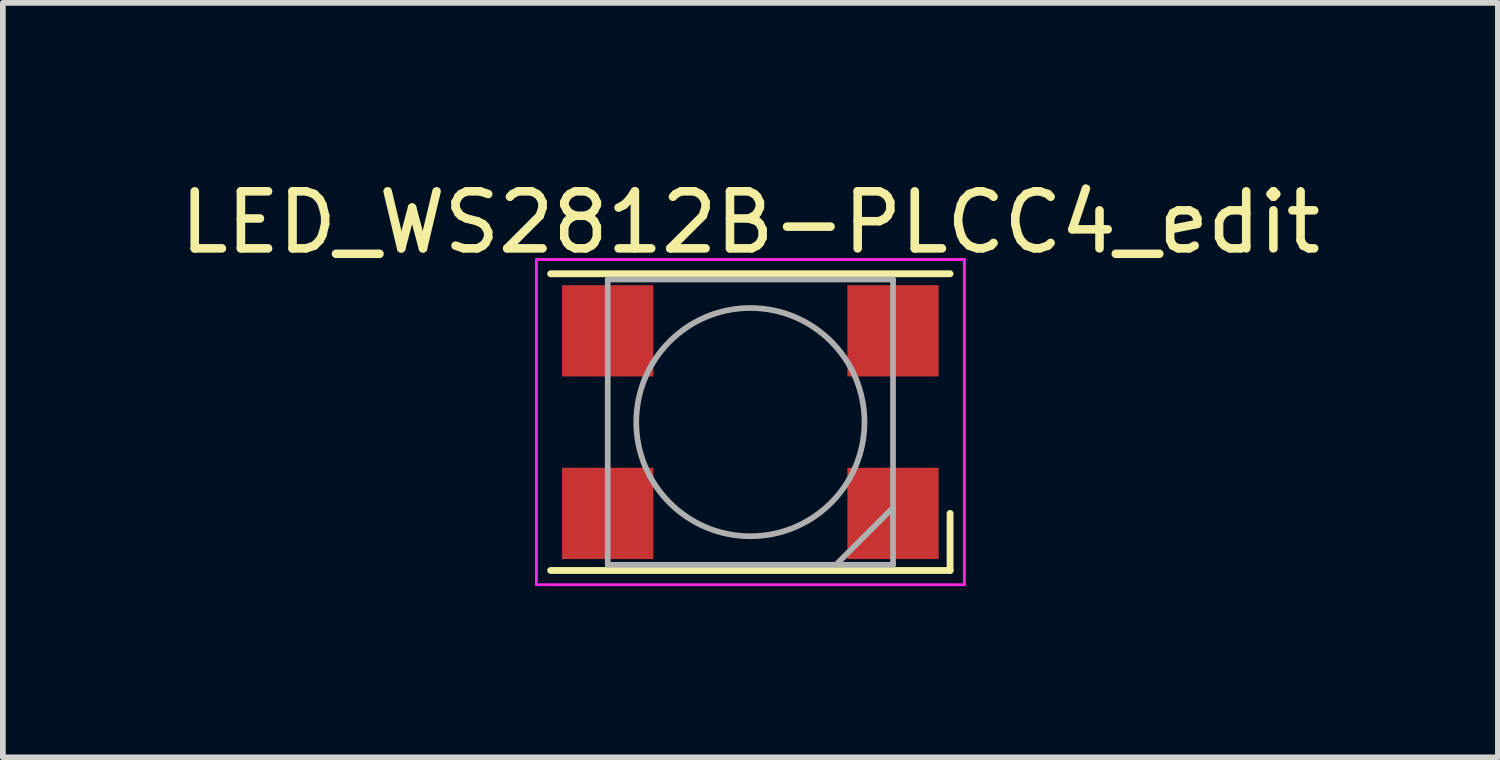
<source format=kicad_pcb>
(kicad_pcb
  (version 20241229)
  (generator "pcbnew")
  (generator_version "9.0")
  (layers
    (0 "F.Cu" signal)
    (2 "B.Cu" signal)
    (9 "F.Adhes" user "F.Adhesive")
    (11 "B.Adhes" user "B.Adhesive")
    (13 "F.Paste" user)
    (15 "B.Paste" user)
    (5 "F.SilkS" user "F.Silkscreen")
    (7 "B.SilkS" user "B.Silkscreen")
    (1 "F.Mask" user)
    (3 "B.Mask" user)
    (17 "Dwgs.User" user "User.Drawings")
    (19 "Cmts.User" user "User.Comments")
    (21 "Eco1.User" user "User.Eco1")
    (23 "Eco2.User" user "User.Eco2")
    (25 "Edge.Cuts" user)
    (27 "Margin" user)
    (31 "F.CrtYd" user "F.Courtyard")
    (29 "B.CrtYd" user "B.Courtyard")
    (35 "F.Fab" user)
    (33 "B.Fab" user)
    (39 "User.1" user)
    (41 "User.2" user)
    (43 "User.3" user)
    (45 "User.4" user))
  (footprint "LED_WS2812B-PLCC4_edit"
    (layer "F.Cu")
    (at 10.101 4.348)
    (property "Reference" "LED_WS2812B-PLCC4_edit" (at 0 -3.5 0) (layer "F.SilkS") (effects (font (size 1 1) (thickness 0.15))))
    (attr smd)
    (fp_line (start -3.5 -2.6) (end 3.5 -2.6) (stroke (width 0.12) (type solid)) (layer "F.SilkS"))
    (fp_line (start -3.5 2.6) (end 3.5 2.6) (stroke (width 0.12) (type solid)) (layer "F.SilkS"))
    (fp_line (start 3.5 2.6) (end 3.5 1.6) (stroke (width 0.12) (type solid)) (layer "F.SilkS"))
    (fp_line (start -3.75 -2.85) (end -3.75 2.85) (stroke (width 0.05) (type solid)) (layer "F.CrtYd"))
    (fp_line (start -3.75 2.85) (end 3.75 2.85) (stroke (width 0.05) (type solid)) (layer "F.CrtYd"))
    (fp_line (start 3.75 -2.85) (end -3.75 -2.85) (stroke (width 0.05) (type solid)) (layer "F.CrtYd"))
    (fp_line (start 3.75 2.85) (end 3.75 -2.85) (stroke (width 0.05) (type solid)) (layer "F.CrtYd"))
    (fp_line (start -2.5 -2.5) (end -2.5 2.5) (stroke (width 0.1) (type solid)) (layer "F.Fab"))
    (fp_line (start -2.5 2.5) (end 2.5 2.5) (stroke (width 0.1) (type solid)) (layer "F.Fab"))
    (fp_line (start 2.5 -2.5) (end -2.5 -2.5) (stroke (width 0.1) (type solid)) (layer "F.Fab"))
    (fp_line (start 2.5 1.5) (end 1.5 2.5) (stroke (width 0.1) (type solid)) (layer "F.Fab"))
    (fp_line (start 2.5 2.5) (end 2.5 -2.5) (stroke (width 0.1) (type solid)) (layer "F.Fab"))
    (fp_circle (center 0 0) (end 0 -2) (stroke (width 0.1) (type solid)) (fill no) (layer "F.Fab"))
    (pad "1" smd rect (at -2.5 -1.6) (size 1.6 1.6) (layers "F.Cu" "F.Mask" "F.Paste"))
    (pad "2" smd rect (at -2.5 1.6) (size 1.6 1.6) (layers "F.Cu" "F.Mask" "F.Paste"))
    (pad "3" smd rect (at 2.5 1.6) (size 1.6 1.6) (layers "F.Cu" "F.Mask" "F.Paste"))
    (pad "4" smd rect (at 2.5 -1.6) (size 1.6 1.6) (layers "F.Cu" "F.Mask" "F.Paste")))
  (gr_rect
    (start -3 -3)
    (end 23.202 10.223)
    (stroke (width 0.1) (type default))
    (fill no)
    (layer "Edge.Cuts")))
</source>
